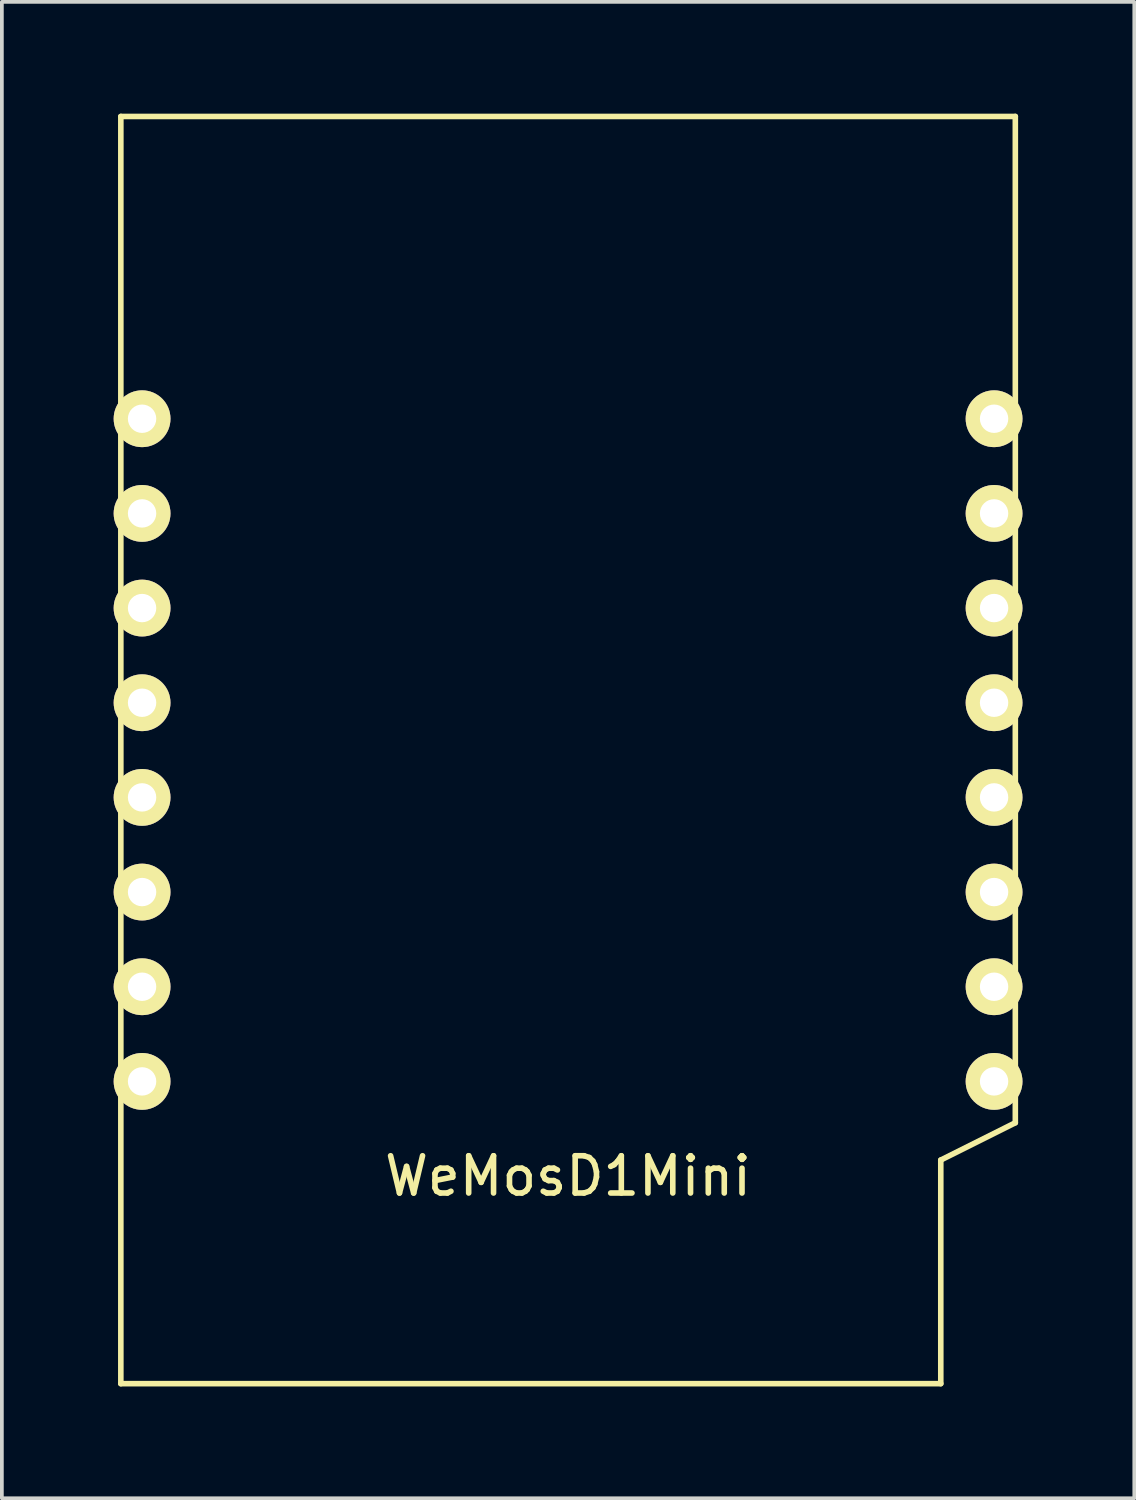
<source format=kicad_pcb>
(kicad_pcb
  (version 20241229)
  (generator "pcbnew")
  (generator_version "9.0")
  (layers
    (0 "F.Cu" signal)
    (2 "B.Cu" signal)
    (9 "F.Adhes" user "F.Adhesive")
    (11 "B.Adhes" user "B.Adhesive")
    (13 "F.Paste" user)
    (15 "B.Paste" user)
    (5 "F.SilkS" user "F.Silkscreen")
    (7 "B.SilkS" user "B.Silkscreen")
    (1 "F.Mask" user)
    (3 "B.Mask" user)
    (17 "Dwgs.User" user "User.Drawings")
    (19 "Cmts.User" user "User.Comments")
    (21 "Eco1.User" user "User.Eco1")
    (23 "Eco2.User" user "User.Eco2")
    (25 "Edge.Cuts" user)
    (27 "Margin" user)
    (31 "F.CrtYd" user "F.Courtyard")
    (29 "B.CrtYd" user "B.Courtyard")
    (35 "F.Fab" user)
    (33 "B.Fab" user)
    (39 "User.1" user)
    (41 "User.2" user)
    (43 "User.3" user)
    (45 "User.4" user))
  (footprint "WeMosD1Mini"
    (layer "F.Cu")
    (at 12.192 17.075)
    (property "Reference" "WeMosD1Mini" (at 0 11.43 0) (layer "F.SilkS") (effects (font (size 1 1) (thickness 0.15))))
    (attr through_hole)
    (fp_line (start -12 -17) (end 12 -17) (stroke (width 0.15) (type solid)) (layer "F.SilkS"))
    (fp_line (start -12 17) (end -12 -17) (stroke (width 0.15) (type solid)) (layer "F.SilkS"))
    (fp_line (start 10 11) (end 10 17) (stroke (width 0.15) (type solid)) (layer "F.SilkS"))
    (fp_line (start 10 17) (end -12 17) (stroke (width 0.15) (type solid)) (layer "F.SilkS"))
    (fp_line (start 12 -17) (end 12 10) (stroke (width 0.15) (type solid)) (layer "F.SilkS"))
    (fp_line (start 12 10) (end 10 11) (stroke (width 0.15) (type solid)) (layer "F.SilkS"))
    (pad "1" thru_hole circle (at -11.43 -8.89) (size 1.524 1.524) (drill 0.762) (layers "*.Cu" "*.Mask" "F.SilkS"))
    (pad "2" thru_hole circle (at -11.43 -6.35) (size 1.524 1.524) (drill 0.762) (layers "*.Cu" "*.Mask" "F.SilkS"))
    (pad "3" thru_hole circle (at -11.43 -3.81) (size 1.524 1.524) (drill 0.762) (layers "*.Cu" "*.Mask" "F.SilkS"))
    (pad "4" thru_hole circle (at -11.43 -1.27) (size 1.524 1.524) (drill 0.762) (layers "*.Cu" "*.Mask" "F.SilkS"))
    (pad "5" thru_hole circle (at -11.43 1.27) (size 1.524 1.524) (drill 0.762) (layers "*.Cu" "*.Mask" "F.SilkS"))
    (pad "6" thru_hole circle (at -11.43 3.81) (size 1.524 1.524) (drill 0.762) (layers "*.Cu" "*.Mask" "F.SilkS"))
    (pad "7" thru_hole circle (at -11.43 6.35) (size 1.524 1.524) (drill 0.762) (layers "*.Cu" "*.Mask" "F.SilkS"))
    (pad "8" thru_hole circle (at -11.43 8.89) (size 1.524 1.524) (drill 0.762) (layers "*.Cu" "*.Mask" "F.SilkS"))
    (pad "9" thru_hole circle (at 11.43 8.89) (size 1.524 1.524) (drill 0.762) (layers "*.Cu" "*.Mask" "F.SilkS"))
    (pad "10" thru_hole circle (at 11.43 6.35) (size 1.524 1.524) (drill 0.762) (layers "*.Cu" "*.Mask" "F.SilkS"))
    (pad "11" thru_hole circle (at 11.43 3.81) (size 1.524 1.524) (drill 0.762) (layers "*.Cu" "*.Mask" "F.SilkS"))
    (pad "12" thru_hole circle (at 11.43 1.27) (size 1.524 1.524) (drill 0.762) (layers "*.Cu" "*.Mask" "F.SilkS"))
    (pad "13" thru_hole circle (at 11.43 -1.27) (size 1.524 1.524) (drill 0.762) (layers "*.Cu" "*.Mask" "F.SilkS"))
    (pad "14" thru_hole circle (at 11.43 -3.81) (size 1.524 1.524) (drill 0.762) (layers "*.Cu" "*.Mask" "F.SilkS"))
    (pad "15" thru_hole circle (at 11.43 -6.35) (size 1.524 1.524) (drill 0.762) (layers "*.Cu" "*.Mask" "F.SilkS"))
    (pad "16" thru_hole circle (at 11.43 -8.89) (size 1.524 1.524) (drill 0.762) (layers "*.Cu" "*.Mask" "F.SilkS")))
  (gr_rect
    (start -3 -3)
    (end 27.384 37.15)
    (stroke (width 0.1) (type default))
    (fill no)
    (layer "Edge.Cuts")))
</source>
